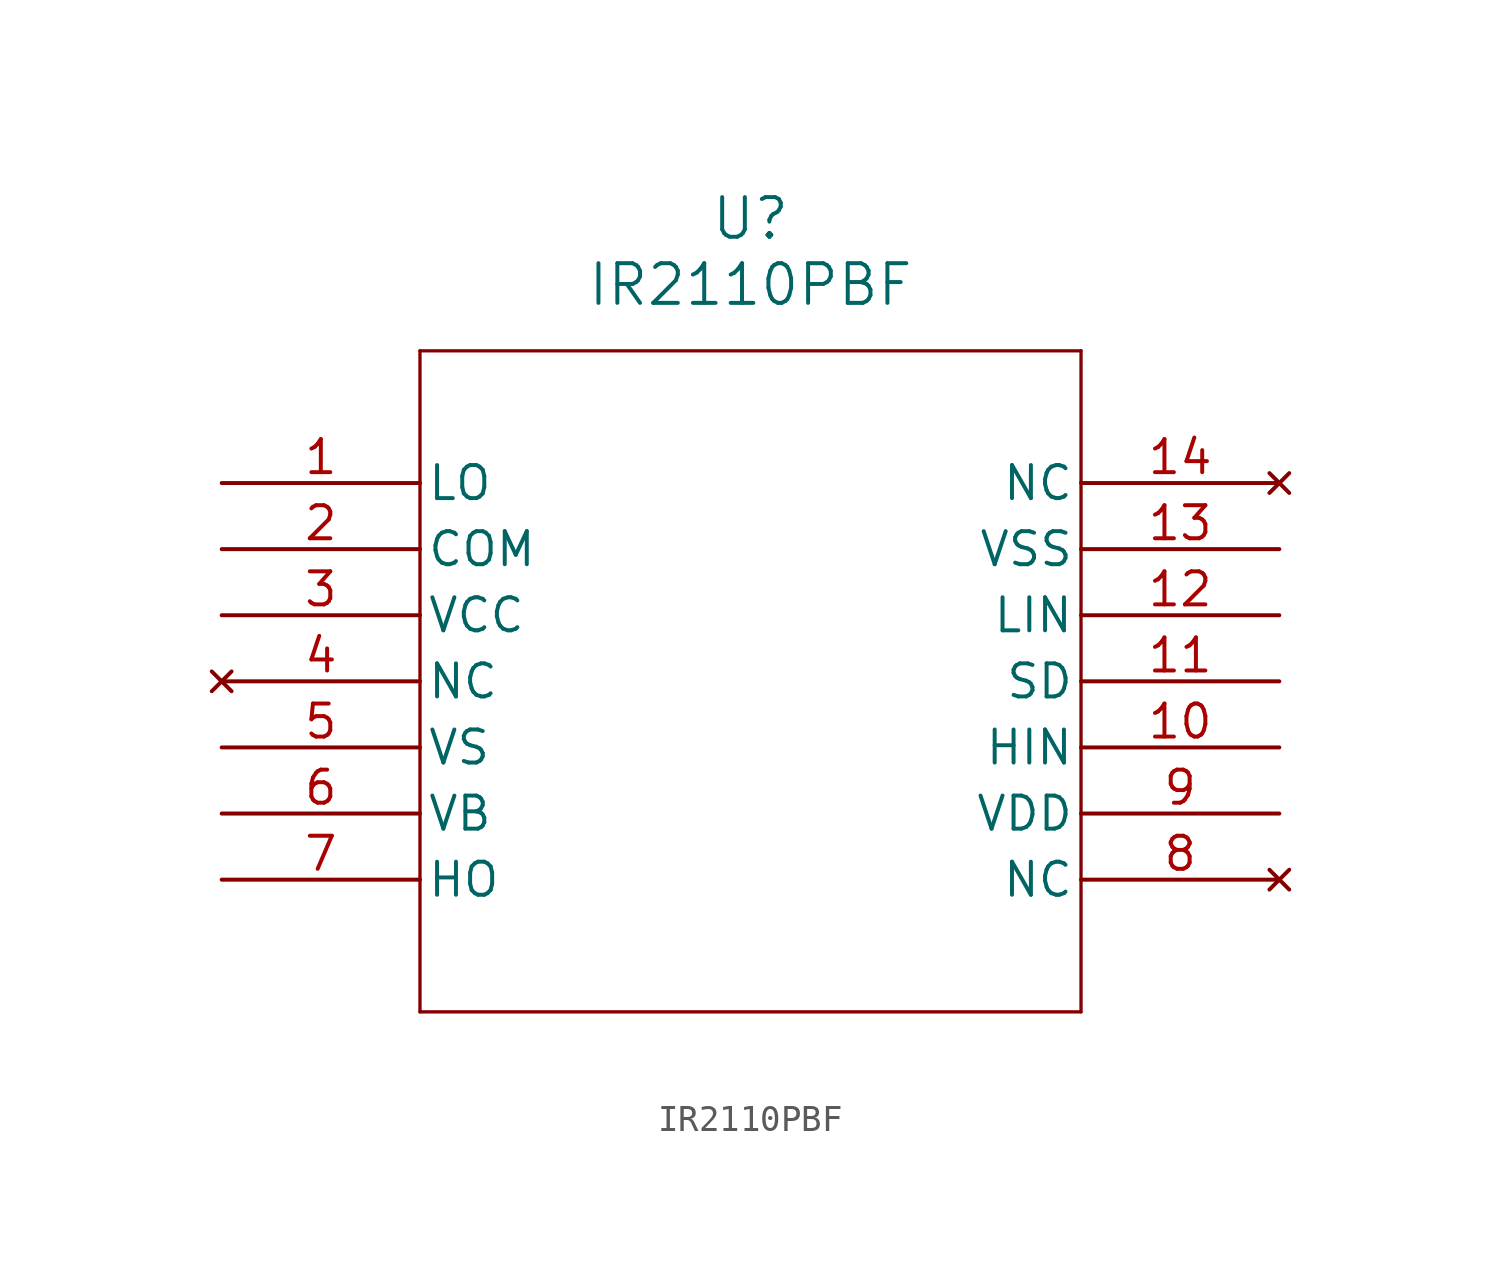
<source format=kicad_sym>
(kicad_symbol_lib
  (version 20211014)
  (generator kicad_symbol_editor)
  (symbol "IR2110PBF"
    (pin_names
      (offset 0.254))
    (property "Reference" "U"
      (at 20.32 10.16 0)
      (effects (font (size 1.524 1.524))))
    (property "Value" "IR2110PBF"
      (at 20.32 7.62 0)
      (effects (font (size 1.524 1.524))))
    (symbol "IR2110PBF_0_1"
      (polyline (pts (xy 7.62 5.08) (xy 7.62 -20.32)) (stroke (width 0.127) (type default) (color 0 0 0 0)) (fill (type none)))
      (polyline (pts (xy 7.62 -20.32) (xy 33.02 -20.32)) (stroke (width 0.127) (type default) (color 0 0 0 0)) (fill (type none)))
      (polyline (pts (xy 33.02 -20.32) (xy 33.02 5.08)) (stroke (width 0.127) (type default) (color 0 0 0 0)) (fill (type none)))
      (polyline (pts (xy 33.02 5.08) (xy 7.62 5.08)) (stroke (width 0.127) (type default) (color 0 0 0 0)) (fill (type none)))
      (pin output line (at 0 0 0) (length 7.62) (name "LO" (effects (font (size 1.27 1.27)))) (number "1" (effects (font (size 1.27 1.27)))))
      (pin unspecified line (at 0 -2.54 0) (length 7.62) (name "COM" (effects (font (size 1.27 1.27)))) (number "2" (effects (font (size 1.27 1.27)))))
      (pin power_in line (at 0 -5.08 0) (length 7.62) (name "VCC" (effects (font (size 1.27 1.27)))) (number "3" (effects (font (size 1.27 1.27)))))
      (pin no_connect line (at 0 -7.62 0) (length 7.62) (name "NC" (effects (font (size 1.27 1.27)))) (number "4" (effects (font (size 1.27 1.27)))))
      (pin power_in line (at 0 -10.16 0) (length 7.62) (name "VS" (effects (font (size 1.27 1.27)))) (number "5" (effects (font (size 1.27 1.27)))))
      (pin power_in line (at 0 -12.7 0) (length 7.62) (name "VB" (effects (font (size 1.27 1.27)))) (number "6" (effects (font (size 1.27 1.27)))))
      (pin output line (at 0 -15.24 0) (length 7.62) (name "HO" (effects (font (size 1.27 1.27)))) (number "7" (effects (font (size 1.27 1.27)))))
      (pin no_connect line (at 40.64 -15.24 180) (length 7.62) (name "NC" (effects (font (size 1.27 1.27)))) (number "8" (effects (font (size 1.27 1.27)))))
      (pin power_in line (at 40.64 -12.7 180) (length 7.62) (name "VDD" (effects (font (size 1.27 1.27)))) (number "9" (effects (font (size 1.27 1.27)))))
      (pin input line (at 40.64 -10.16 180) (length 7.62) (name "HIN" (effects (font (size 1.27 1.27)))) (number "10" (effects (font (size 1.27 1.27)))))
      (pin input line (at 40.64 -7.62 180) (length 7.62) (name "SD" (effects (font (size 1.27 1.27)))) (number "11" (effects (font (size 1.27 1.27)))))
      (pin input line (at 40.64 -5.08 180) (length 7.62) (name "LIN" (effects (font (size 1.27 1.27)))) (number "12" (effects (font (size 1.27 1.27)))))
      (pin power_in line (at 40.64 -2.54 180) (length 7.62) (name "VSS" (effects (font (size 1.27 1.27)))) (number "13" (effects (font (size 1.27 1.27)))))
      (pin no_connect line (at 40.64 0 180) (length 7.62) (name "NC" (effects (font (size 1.27 1.27)))) (number "14" (effects (font (size 1.27 1.27))))))))
</source>
